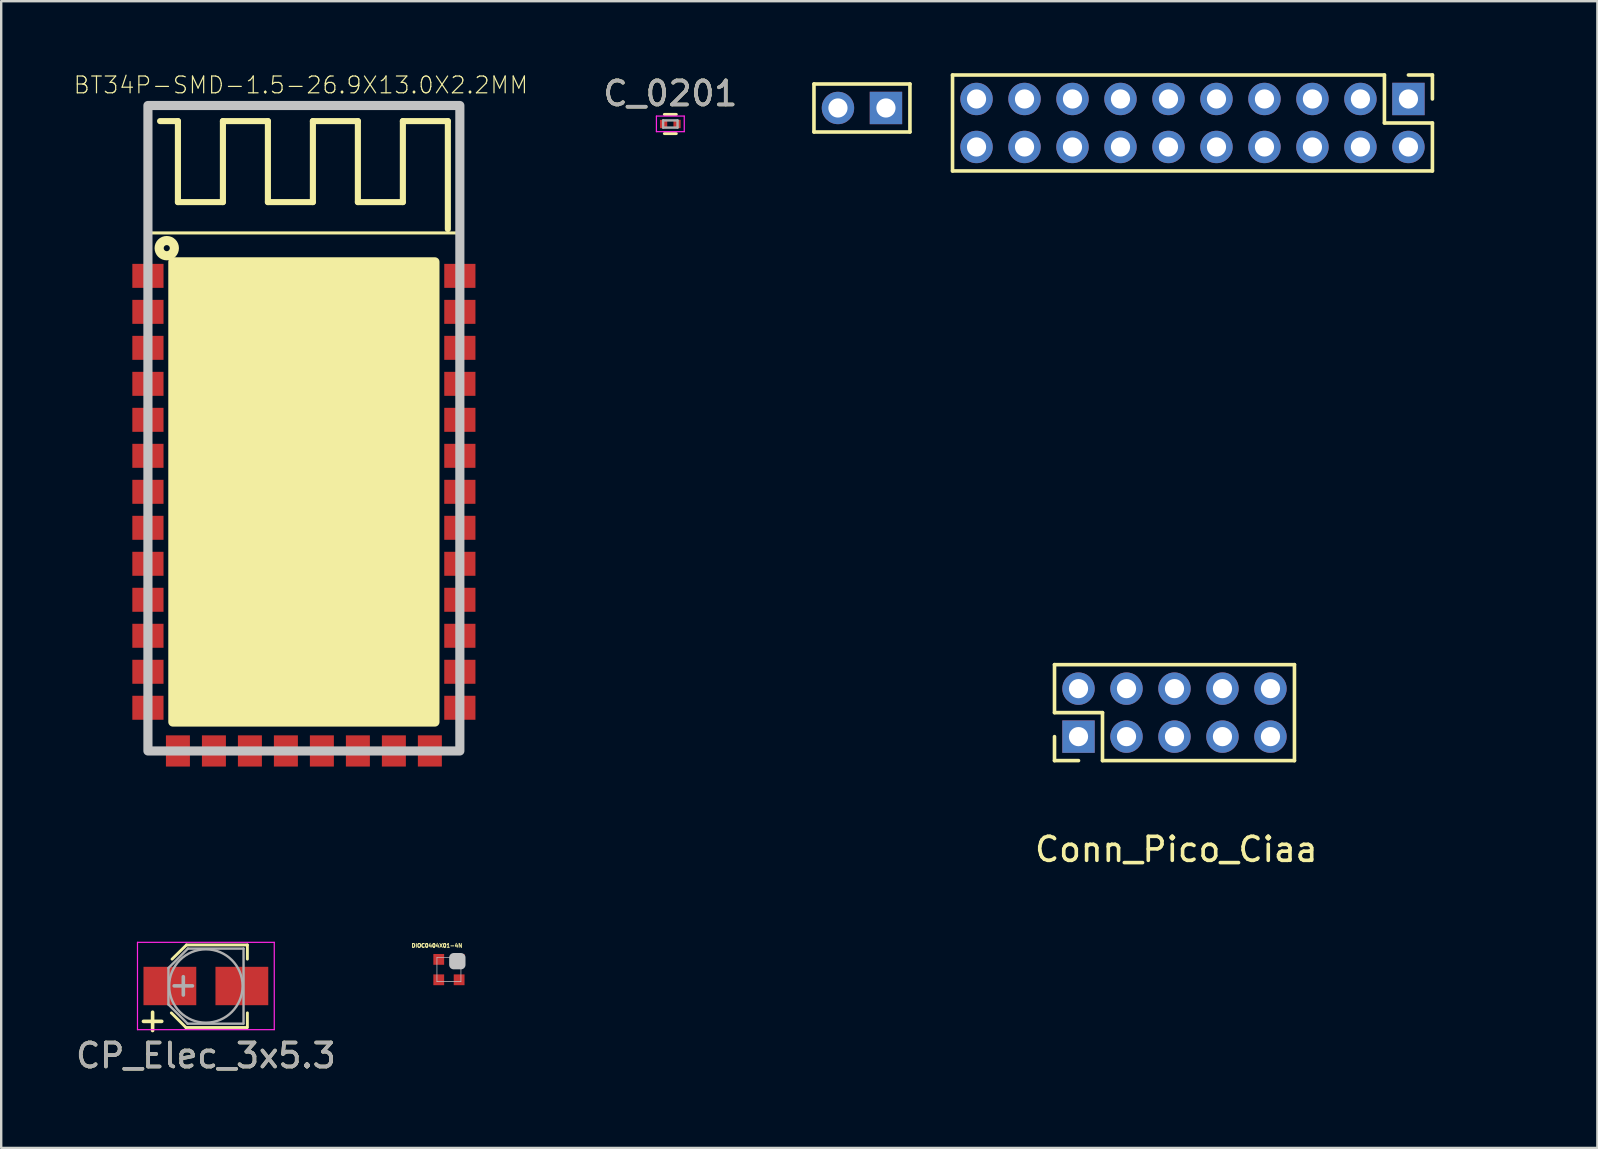
<source format=kicad_pcb>
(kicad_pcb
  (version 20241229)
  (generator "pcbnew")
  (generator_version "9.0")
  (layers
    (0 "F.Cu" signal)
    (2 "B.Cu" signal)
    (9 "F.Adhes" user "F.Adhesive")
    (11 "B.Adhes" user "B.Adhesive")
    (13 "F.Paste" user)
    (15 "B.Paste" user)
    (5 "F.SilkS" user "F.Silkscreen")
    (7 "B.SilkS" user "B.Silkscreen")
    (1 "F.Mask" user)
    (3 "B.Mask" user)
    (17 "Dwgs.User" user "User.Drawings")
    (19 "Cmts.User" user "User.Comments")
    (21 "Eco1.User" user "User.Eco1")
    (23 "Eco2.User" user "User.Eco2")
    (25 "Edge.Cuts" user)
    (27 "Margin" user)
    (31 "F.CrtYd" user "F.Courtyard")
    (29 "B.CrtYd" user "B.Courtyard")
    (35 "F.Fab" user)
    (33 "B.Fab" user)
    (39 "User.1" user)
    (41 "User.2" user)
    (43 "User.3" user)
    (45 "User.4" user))
  (footprint "DIOC0404X01-4N"
    (layer "F.Cu")
    (at 15.66 37.359)
    (property "Reference" "DIOC0404X01-4N" (at -0.5 -1 0) (layer "F.SilkS") (effects (font (size 0.157 0.157) (thickness 0.05))))
    (attr smd)
    (fp_line (start -0.5 -0.5) (end -0.5 0.5) (stroke (width 0.03) (type solid)) (layer "Dwgs.User"))
    (fp_line (start -0.5 0.5) (end 0.5 0.5) (stroke (width 0.03) (type solid)) (layer "Dwgs.User"))
    (fp_line (start 0.5 -0.5) (end -0.5 -0.5) (stroke (width 0.03) (type solid)) (layer "Dwgs.User"))
    (fp_line (start 0.5 0.5) (end 0.5 -0.5) (stroke (width 0.03) (type solid)) (layer "Dwgs.User"))
    (fp_poly (pts (xy 0.2 -0.5) (xy 0.5 -0.5) (xy 0.5 -0.2) (xy 0.2 -0.2)) (stroke (width 0.381) (type solid)) (fill no) (layer "Dwgs.User"))
    (pad "1" smd rect (at 0.425 -0.425) (size 0.45 0.45) (layers "F.Cu" "F.Mask" "F.Paste"))
    (pad "2" smd rect (at 0.425 0.425) (size 0.45 0.45) (layers "F.Cu" "F.Mask" "F.Paste"))
    (pad "3" smd rect (at -0.425 0.425) (size 0.45 0.45) (layers "F.Cu" "F.Mask" "F.Paste"))
    (pad "4" smd rect (at -0.425 -0.425) (size 0.45 0.45) (layers "F.Cu" "F.Mask" "F.Paste")))
  (footprint "CP_Elec_3x5.3"
    (layer "F.Cu")
    (at 5.53 38.043)
    (property "Reference" "CP_Elec_3x5.3" (at 0 2.9 0) (layer "F.SilkS") (effects (font (size 1 1) (thickness 0.15))))
    (attr smd)
    (fp_line (start -0.83 1.73) (end -1.44 1.12) (stroke (width 0.12) (type solid)) (layer "F.SilkS"))
    (fp_line (start -0.83 1.73) (end 1.71 1.73) (stroke (width 0.12) (type solid)) (layer "F.SilkS"))
    (fp_line (start -0.81 -1.71) (end -1.41 -1.12) (stroke (width 0.12) (type solid)) (layer "F.SilkS"))
    (fp_line (start 1.73 -1.71) (end -0.81 -1.71) (stroke (width 0.12) (type solid)) (layer "F.SilkS"))
    (fp_line (start 1.73 -1.71) (end 1.73 -1.12) (stroke (width 0.12) (type solid)) (layer "F.SilkS"))
    (fp_line (start 1.73 1.73) (end 1.73 1.12) (stroke (width 0.12) (type solid)) (layer "F.SilkS"))
    (fp_line (start -2.85 -1.82) (end -2.85 1.82) (stroke (width 0.05) (type solid)) (layer "F.CrtYd"))
    (fp_line (start -2.85 -1.82) (end 2.85 -1.82) (stroke (width 0.05) (type solid)) (layer "F.CrtYd"))
    (fp_line (start 2.85 1.82) (end -2.85 1.82) (stroke (width 0.05) (type solid)) (layer "F.CrtYd"))
    (fp_line (start 2.85 1.82) (end 2.85 -1.82) (stroke (width 0.05) (type solid)) (layer "F.CrtYd"))
    (fp_line (start -1.56 -0.75) (end -1.56 0.77) (stroke (width 0.1) (type solid)) (layer "F.Fab"))
    (fp_line (start -0.76 1.57) (end -1.56 0.77) (stroke (width 0.1) (type solid)) (layer "F.Fab"))
    (fp_line (start -0.75 -1.56) (end -1.56 -0.75) (stroke (width 0.1) (type solid)) (layer "F.Fab"))
    (fp_line (start 1.56 1.57) (end -0.76 1.57) (stroke (width 0.1) (type solid)) (layer "F.Fab"))
    (fp_line (start 1.57 -1.56) (end -0.75 -1.56) (stroke (width 0.1) (type solid)) (layer "F.Fab"))
    (fp_line (start 1.57 1.57) (end 1.57 -1.56) (stroke (width 0.1) (type solid)) (layer "F.Fab"))
    (fp_circle (center 0 0) (end 0.3 1.5) (stroke (width 0.1) (type solid)) (fill no) (layer "F.Fab"))
    (fp_text user "+" (at -2.22 1.4 0) (layer "F.SilkS") (effects (font (size 1 1) (thickness 0.15))))
    (fp_text user "+" (at -0.94 -0.08 0) (layer "F.Fab") (effects (font (size 1 1) (thickness 0.15))))
    (fp_text user "${REFERENCE}" (at 0 2.9 0) (layer "F.Fab") (effects (font (size 1 1) (thickness 0.15))))
    (pad "1" smd rect (at -1.5 0) (size 2.2 1.6) (layers "F.Cu" "F.Mask" "F.Paste"))
    (pad "2" smd rect (at 1.5 0) (size 2.2 1.6) (layers "F.Cu" "F.Mask" "F.Paste")))
  (footprint "C_0201"
    (layer "F.Cu")
    (at 24.887 2.118)
    (property "Reference" "C_0201" (at 0 -1.27 0) (layer "F.SilkS") (effects (font (size 1 1) (thickness 0.15))))
    (attr smd)
    (fp_line (start -0.25 -0.4) (end 0.25 -0.4) (stroke (width 0.12) (type solid)) (layer "F.SilkS"))
    (fp_line (start 0.25 0.4) (end -0.25 0.4) (stroke (width 0.12) (type solid)) (layer "F.SilkS"))
    (fp_line (start -0.58 -0.33) (end -0.58 0.32) (stroke (width 0.05) (type solid)) (layer "F.CrtYd"))
    (fp_line (start -0.58 -0.33) (end 0.58 -0.33) (stroke (width 0.05) (type solid)) (layer "F.CrtYd"))
    (fp_line (start 0.58 0.32) (end -0.58 0.32) (stroke (width 0.05) (type solid)) (layer "F.CrtYd"))
    (fp_line (start 0.58 0.32) (end 0.58 -0.33) (stroke (width 0.05) (type solid)) (layer "F.CrtYd"))
    (fp_line (start -0.3 -0.15) (end 0.3 -0.15) (stroke (width 0.1) (type solid)) (layer "F.Fab"))
    (fp_line (start -0.3 0.15) (end -0.3 -0.15) (stroke (width 0.1) (type solid)) (layer "F.Fab"))
    (fp_line (start 0.3 -0.15) (end 0.3 0.15) (stroke (width 0.1) (type solid)) (layer "F.Fab"))
    (fp_line (start 0.3 0.15) (end -0.3 0.15) (stroke (width 0.1) (type solid)) (layer "F.Fab"))
    (fp_text user "${REFERENCE}" (at 0 -1.27 0) (layer "F.Fab") (effects (font (size 1 1) (thickness 0.15))))
    (pad "1" smd rect (at -0.28 0) (size 0.3 0.35) (layers "F.Cu" "F.Mask" "F.Paste"))
    (pad "2" smd rect (at 0.28 0) (size 0.3 0.35) (layers "F.Cu" "F.Mask" "F.Paste")))
  (footprint "BT34P-SMD-1.5-26.9X13.0X2.2MM"
    (layer "F.Cu")
    (at 9.615 28.247)
    (property "Reference" "BT34P-SMD-1.5-26.9X13.0X2.2MM" (at -0.127 -27.75 0) (layer "F.SilkS") (effects (font (size 0.7 0.7) (thickness 0.05))))
    (attr smd)
    (fp_line (start -6.5 -26.9) (end 6.5 -26.9) (stroke (width 0.127) (type solid)) (layer "F.SilkS"))
    (fp_line (start -6.5 -21.59) (end -6.5 -26.9) (stroke (width 0.127) (type solid)) (layer "F.SilkS"))
    (fp_line (start -6.5 -20.4) (end -6.5 -21.59) (stroke (width 0.127) (type solid)) (layer "F.SilkS"))
    (fp_line (start -6.5 -18.9) (end -6.5 -19.2) (stroke (width 0.127) (type solid)) (layer "F.SilkS"))
    (fp_line (start -6.5 -17.4) (end -6.5 -17.7) (stroke (width 0.127) (type solid)) (layer "F.SilkS"))
    (fp_line (start -6.5 -15.9) (end -6.5 -16.2) (stroke (width 0.127) (type solid)) (layer "F.SilkS"))
    (fp_line (start -6.5 -14.4) (end -6.5 -14.7) (stroke (width 0.127) (type solid)) (layer "F.SilkS"))
    (fp_line (start -6.5 -12.9) (end -6.5 -13.2) (stroke (width 0.127) (type solid)) (layer "F.SilkS"))
    (fp_line (start -6.5 -11.4) (end -6.5 -11.7) (stroke (width 0.127) (type solid)) (layer "F.SilkS"))
    (fp_line (start -6.5 -9.9) (end -6.5 -10.2) (stroke (width 0.127) (type solid)) (layer "F.SilkS"))
    (fp_line (start -6.5 -8.4) (end -6.5 -8.7) (stroke (width 0.127) (type solid)) (layer "F.SilkS"))
    (fp_line (start -6.5 -6.9) (end -6.5 -7.2) (stroke (width 0.127) (type solid)) (layer "F.SilkS"))
    (fp_line (start -6.5 -5.4) (end -6.5 -5.7) (stroke (width 0.127) (type solid)) (layer "F.SilkS"))
    (fp_line (start -6.5 -3.9) (end -6.5 -4.2) (stroke (width 0.127) (type solid)) (layer "F.SilkS"))
    (fp_line (start -6.5 -2.4) (end -6.5 -2.7) (stroke (width 0.127) (type solid)) (layer "F.SilkS"))
    (fp_line (start -6.5 -1.2) (end -6.5 0) (stroke (width 0.127) (type solid)) (layer "F.SilkS"))
    (fp_line (start -6.5 0) (end -5.8 0) (stroke (width 0.127) (type solid)) (layer "F.SilkS"))
    (fp_line (start -5.25 -26.25) (end -5.994 -26.25) (stroke (width 0.254) (type solid)) (layer "F.SilkS"))
    (fp_line (start -5.25 -22.875) (end -5.25 -26.25) (stroke (width 0.254) (type solid)) (layer "F.SilkS"))
    (fp_line (start -4.7 0) (end -4.3 0) (stroke (width 0.127) (type solid)) (layer "F.SilkS"))
    (fp_line (start -3.375 -26.25) (end -3.375 -22.875) (stroke (width 0.254) (type solid)) (layer "F.SilkS"))
    (fp_line (start -3.375 -22.875) (end -5.25 -22.875) (stroke (width 0.254) (type solid)) (layer "F.SilkS"))
    (fp_line (start -3.2 0) (end -2.8 0) (stroke (width 0.127) (type solid)) (layer "F.SilkS"))
    (fp_line (start -1.7 0) (end -1.3 0) (stroke (width 0.127) (type solid)) (layer "F.SilkS"))
    (fp_line (start -1.5 -26.25) (end -3.375 -26.25) (stroke (width 0.254) (type solid)) (layer "F.SilkS"))
    (fp_line (start -1.5 -22.875) (end -1.5 -26.25) (stroke (width 0.254) (type solid)) (layer "F.SilkS"))
    (fp_line (start -0.2 0) (end 0.2 0) (stroke (width 0.127) (type solid)) (layer "F.SilkS"))
    (fp_line (start 0.375 -26.25) (end 0.375 -22.875) (stroke (width 0.254) (type solid)) (layer "F.SilkS"))
    (fp_line (start 0.375 -22.875) (end -1.5 -22.875) (stroke (width 0.254) (type solid)) (layer "F.SilkS"))
    (fp_line (start 1.3 0) (end 1.7 0) (stroke (width 0.127) (type solid)) (layer "F.SilkS"))
    (fp_line (start 2.25 -26.25) (end 0.375 -26.25) (stroke (width 0.254) (type solid)) (layer "F.SilkS"))
    (fp_line (start 2.25 -22.875) (end 2.25 -26.25) (stroke (width 0.254) (type solid)) (layer "F.SilkS"))
    (fp_line (start 2.8 0) (end 3.2 0) (stroke (width 0.127) (type solid)) (layer "F.SilkS"))
    (fp_line (start 4.125 -26.25) (end 4.125 -22.875) (stroke (width 0.254) (type solid)) (layer "F.SilkS"))
    (fp_line (start 4.125 -22.875) (end 2.25 -22.875) (stroke (width 0.254) (type solid)) (layer "F.SilkS"))
    (fp_line (start 4.3 0) (end 4.7 0) (stroke (width 0.127) (type solid)) (layer "F.SilkS"))
    (fp_line (start 5.8 0) (end 6.5 0) (stroke (width 0.127) (type solid)) (layer "F.SilkS"))
    (fp_line (start 6 -26.25) (end 4.125 -26.25) (stroke (width 0.254) (type solid)) (layer "F.SilkS"))
    (fp_line (start 6 -21.75) (end 6 -26.25) (stroke (width 0.254) (type solid)) (layer "F.SilkS"))
    (fp_line (start 6.5 -26.9) (end 6.5 -21.59) (stroke (width 0.127) (type solid)) (layer "F.SilkS"))
    (fp_line (start 6.5 -21.59) (end -6.5 -21.59) (stroke (width 0.127) (type solid)) (layer "F.SilkS"))
    (fp_line (start 6.5 -20.4) (end 6.5 -21.59) (stroke (width 0.127) (type solid)) (layer "F.SilkS"))
    (fp_line (start 6.5 -18.9) (end 6.5 -19.2) (stroke (width 0.127) (type solid)) (layer "F.SilkS"))
    (fp_line (start 6.5 -17.4) (end 6.5 -17.7) (stroke (width 0.127) (type solid)) (layer "F.SilkS"))
    (fp_line (start 6.5 -15.9) (end 6.5 -16.2) (stroke (width 0.127) (type solid)) (layer "F.SilkS"))
    (fp_line (start 6.5 -14.4) (end 6.5 -14.7) (stroke (width 0.127) (type solid)) (layer "F.SilkS"))
    (fp_line (start 6.5 -12.9) (end 6.5 -13.2) (stroke (width 0.127) (type solid)) (layer "F.SilkS"))
    (fp_line (start 6.5 -11.4) (end 6.5 -11.7) (stroke (width 0.127) (type solid)) (layer "F.SilkS"))
    (fp_line (start 6.5 -9.9) (end 6.5 -10.2) (stroke (width 0.127) (type solid)) (layer "F.SilkS"))
    (fp_line (start 6.5 -8.4) (end 6.5 -8.7) (stroke (width 0.127) (type solid)) (layer "F.SilkS"))
    (fp_line (start 6.5 -6.9) (end 6.5 -7.2) (stroke (width 0.127) (type solid)) (layer "F.SilkS"))
    (fp_line (start 6.5 -5.4) (end 6.5 -5.7) (stroke (width 0.127) (type solid)) (layer "F.SilkS"))
    (fp_line (start 6.5 -3.9) (end 6.5 -4.2) (stroke (width 0.127) (type solid)) (layer "F.SilkS"))
    (fp_line (start 6.5 -2.4) (end 6.5 -2.7) (stroke (width 0.127) (type solid)) (layer "F.SilkS"))
    (fp_line (start 6.5 0) (end 6.5 -1.2) (stroke (width 0.127) (type solid)) (layer "F.SilkS"))
    (fp_circle (center -5.715 -20.955) (end -5.588 -20.955) (stroke (width 0.381) (type solid)) (fill no) (layer "F.SilkS"))
    (fp_poly (pts (xy -5.461 -20.384) (xy 5.461 -20.384) (xy 5.461 -1.206) (xy -5.461 -1.206)) (stroke (width 0.381) (type solid)) (fill yes) (layer "F.SilkS"))
    (fp_line (start -6.5 0) (end -6.5 -21.59) (stroke (width 0.127) (type solid)) (layer "Dwgs.User"))
    (fp_line (start 6.5 -21.59) (end 6.5 0) (stroke (width 0.127) (type solid)) (layer "Dwgs.User"))
    (fp_line (start 6.5 0) (end -6.5 0) (stroke (width 0.127) (type solid)) (layer "Dwgs.User"))
    (fp_poly (pts (xy -6.5 -26.9) (xy 6.5 -26.9) (xy 6.5 0) (xy -6.5 0)) (stroke (width 0.381) (type solid)) (fill no) (layer "Dwgs.User"))
    (pad "1" smd rect (at -6.5 -19.8) (size 1.3 1) (layers "F.Cu" "F.Mask" "F.Paste"))
    (pad "2" smd rect (at -6.5 -18.3) (size 1.3 1) (layers "F.Cu" "F.Mask" "F.Paste"))
    (pad "3" smd rect (at -6.5 -16.8) (size 1.3 1) (layers "F.Cu" "F.Mask" "F.Paste"))
    (pad "4" smd rect (at -6.5 -15.3) (size 1.3 1) (layers "F.Cu" "F.Mask" "F.Paste"))
    (pad "5" smd rect (at -6.5 -13.8) (size 1.3 1) (layers "F.Cu" "F.Mask" "F.Paste"))
    (pad "6" smd rect (at -6.5 -12.3) (size 1.3 1) (layers "F.Cu" "F.Mask" "F.Paste"))
    (pad "7" smd rect (at -6.5 -10.8) (size 1.3 1) (layers "F.Cu" "F.Mask" "F.Paste"))
    (pad "8" smd rect (at -6.5 -9.3) (size 1.3 1) (layers "F.Cu" "F.Mask" "F.Paste"))
    (pad "9" smd rect (at -6.5 -7.8) (size 1.3 1) (layers "F.Cu" "F.Mask" "F.Paste"))
    (pad "10" smd rect (at -6.5 -6.3) (size 1.3 1) (layers "F.Cu" "F.Mask" "F.Paste"))
    (pad "11" smd rect (at -6.5 -4.8) (size 1.3 1) (layers "F.Cu" "F.Mask" "F.Paste"))
    (pad "12" smd rect (at -6.5 -3.3) (size 1.3 1) (layers "F.Cu" "F.Mask" "F.Paste"))
    (pad "13" smd rect (at -6.5 -1.8) (size 1.3 1) (layers "F.Cu" "F.Mask" "F.Paste"))
    (pad "14" smd rect (at -5.25 0 90) (size 1.3 1) (layers "F.Cu" "F.Mask" "F.Paste"))
    (pad "15" smd rect (at -3.75 0 90) (size 1.3 1) (layers "F.Cu" "F.Mask" "F.Paste"))
    (pad "16" smd rect (at -2.25 0 90) (size 1.3 1) (layers "F.Cu" "F.Mask" "F.Paste"))
    (pad "17" smd rect (at -0.75 0 90) (size 1.3 1) (layers "F.Cu" "F.Mask" "F.Paste"))
    (pad "18" smd rect (at 0.75 0 90) (size 1.3 1) (layers "F.Cu" "F.Mask" "F.Paste"))
    (pad "19" smd rect (at 2.25 0 90) (size 1.3 1) (layers "F.Cu" "F.Mask" "F.Paste"))
    (pad "20" smd rect (at 3.75 0 90) (size 1.3 1) (layers "F.Cu" "F.Mask" "F.Paste"))
    (pad "21" smd rect (at 5.25 0 90) (size 1.3 1) (layers "F.Cu" "F.Mask" "F.Paste"))
    (pad "22" smd rect (at 6.5 -1.8 180) (size 1.3 1) (layers "F.Cu" "F.Mask" "F.Paste"))
    (pad "23" smd rect (at 6.5 -3.3 180) (size 1.3 1) (layers "F.Cu" "F.Mask" "F.Paste"))
    (pad "24" smd rect (at 6.5 -4.8 180) (size 1.3 1) (layers "F.Cu" "F.Mask" "F.Paste"))
    (pad "25" smd rect (at 6.5 -6.3 180) (size 1.3 1) (layers "F.Cu" "F.Mask" "F.Paste"))
    (pad "26" smd rect (at 6.5 -7.8 180) (size 1.3 1) (layers "F.Cu" "F.Mask" "F.Paste"))
    (pad "27" smd rect (at 6.5 -9.3 180) (size 1.3 1) (layers "F.Cu" "F.Mask" "F.Paste"))
    (pad "28" smd rect (at 6.5 -10.8 180) (size 1.3 1) (layers "F.Cu" "F.Mask" "F.Paste"))
    (pad "29" smd rect (at 6.5 -12.3 180) (size 1.3 1) (layers "F.Cu" "F.Mask" "F.Paste"))
    (pad "30" smd rect (at 6.5 -13.8 180) (size 1.3 1) (layers "F.Cu" "F.Mask" "F.Paste"))
    (pad "31" smd rect (at 6.5 -15.3 180) (size 1.3 1) (layers "F.Cu" "F.Mask" "F.Paste"))
    (pad "32" smd rect (at 6.5 -16.8 180) (size 1.3 1) (layers "F.Cu" "F.Mask" "F.Paste"))
    (pad "33" smd rect (at 6.5 -18.3 180) (size 1.3 1) (layers "F.Cu" "F.Mask" "F.Paste"))
    (pad "34" smd rect (at 6.5 -19.8 180) (size 1.3 1) (layers "F.Cu" "F.Mask" "F.Paste")))
  (footprint "Conn_Pico_Ciaa"
    (layer "F.Cu")
    (at 60.273 9.725)
    (property "Reference" "Conn_Pico_Ciaa" (at -14.3 22.625 0) (layer "F.SilkS") (effects (font (size 1 1) (thickness 0.15))))
    (attr through_hole)
    (fp_line (start -29.4 -9.275) (end -29.4 -7.275) (stroke (width 0.15) (type solid)) (layer "F.SilkS"))
    (fp_line (start -29.4 -7.275) (end -25.4 -7.275) (stroke (width 0.15) (type solid)) (layer "F.SilkS"))
    (fp_line (start -25.4 -9.275) (end -29.4 -9.275) (stroke (width 0.15) (type solid)) (layer "F.SilkS"))
    (fp_line (start -25.4 -7.275) (end -25.4 -9.275) (stroke (width 0.15) (type solid)) (layer "F.SilkS"))
    (fp_line (start -23.625 -9.65) (end -5.625 -9.65) (stroke (width 0.15) (type solid)) (layer "F.SilkS"))
    (fp_line (start -23.625 -5.65) (end -23.625 -9.65) (stroke (width 0.15) (type solid)) (layer "F.SilkS"))
    (fp_line (start -19.375 14.925) (end -19.375 16.925) (stroke (width 0.15) (type solid)) (layer "F.SilkS"))
    (fp_line (start -19.375 16.925) (end -17.375 16.925) (stroke (width 0.15) (type solid)) (layer "F.SilkS"))
    (fp_line (start -19.375 17.925) (end -19.375 18.925) (stroke (width 0.15) (type solid)) (layer "F.SilkS"))
    (fp_line (start -19.375 18.925) (end -18.375 18.925) (stroke (width 0.15) (type solid)) (layer "F.SilkS"))
    (fp_line (start -17.375 16.925) (end -17.375 18.925) (stroke (width 0.15) (type solid)) (layer "F.SilkS"))
    (fp_line (start -17.375 18.925) (end -9.375 18.925) (stroke (width 0.15) (type solid)) (layer "F.SilkS"))
    (fp_line (start -9.375 14.925) (end -19.375 14.925) (stroke (width 0.15) (type solid)) (layer "F.SilkS"))
    (fp_line (start -9.375 18.925) (end -9.375 14.925) (stroke (width 0.15) (type solid)) (layer "F.SilkS"))
    (fp_line (start -5.625 -9.65) (end -5.625 -7.65) (stroke (width 0.15) (type solid)) (layer "F.SilkS"))
    (fp_line (start -5.625 -7.65) (end -3.625 -7.65) (stroke (width 0.15) (type solid)) (layer "F.SilkS"))
    (fp_line (start -4.625 -9.65) (end -3.625 -9.65) (stroke (width 0.15) (type solid)) (layer "F.SilkS"))
    (fp_line (start -3.625 -9.65) (end -3.625 -8.65) (stroke (width 0.15) (type solid)) (layer "F.SilkS"))
    (fp_line (start -3.625 -7.65) (end -3.625 -5.65) (stroke (width 0.15) (type solid)) (layer "F.SilkS"))
    (fp_line (start -3.625 -5.65) (end -23.625 -5.65) (stroke (width 0.15) (type solid)) (layer "F.SilkS"))
    (pad "15" thru_hole rect (at -26.4 -8.275) (size 1.35 1.35) (drill 0.8) (layers "*.Cu" "*.Mask"))
    (pad "16" thru_hole circle (at -28.4 -8.275) (size 1.35 1.35) (drill 0.8) (layers "*.Cu" "*.Mask"))
    (pad "17" thru_hole rect (at -4.625 -8.65) (size 1.35 1.35) (drill 0.8) (layers "*.Cu" "*.Mask"))
    (pad "18" thru_hole circle (at -4.625 -6.65) (size 1.35 1.35) (drill 0.8) (layers "*.Cu" "*.Mask"))
    (pad "19" thru_hole circle (at -6.625 -8.65) (size 1.35 1.35) (drill 0.8) (layers "*.Cu" "*.Mask"))
    (pad "20" thru_hole circle (at -6.625 -6.65) (size 1.35 1.35) (drill 0.8) (layers "*.Cu" "*.Mask"))
    (pad "21" thru_hole circle (at -8.625 -8.65) (size 1.35 1.35) (drill 0.8) (layers "*.Cu" "*.Mask"))
    (pad "22" thru_hole circle (at -8.625 -6.65) (size 1.35 1.35) (drill 0.8) (layers "*.Cu" "*.Mask"))
    (pad "23" thru_hole circle (at -10.625 -8.65) (size 1.35 1.35) (drill 0.8) (layers "*.Cu" "*.Mask"))
    (pad "24" thru_hole circle (at -10.625 -6.65) (size 1.35 1.35) (drill 0.8) (layers "*.Cu" "*.Mask"))
    (pad "25" thru_hole circle (at -12.625 -8.65) (size 1.35 1.35) (drill 0.8) (layers "*.Cu" "*.Mask"))
    (pad "26" thru_hole circle (at -12.625 -6.65) (size 1.35 1.35) (drill 0.8) (layers "*.Cu" "*.Mask"))
    (pad "27" thru_hole circle (at -14.625 -8.65) (size 1.35 1.35) (drill 0.8) (layers "*.Cu" "*.Mask"))
    (pad "28" thru_hole circle (at -14.625 -6.65) (size 1.35 1.35) (drill 0.8) (layers "*.Cu" "*.Mask"))
    (pad "29" thru_hole circle (at -16.625 -8.65) (size 1.35 1.35) (drill 0.8) (layers "*.Cu" "*.Mask"))
    (pad "30" thru_hole circle (at -16.625 -6.65) (size 1.35 1.35) (drill 0.8) (layers "*.Cu" "*.Mask"))
    (pad "31" thru_hole circle (at -18.625 -8.65) (size 1.35 1.35) (drill 0.8) (layers "*.Cu" "*.Mask"))
    (pad "32" thru_hole circle (at -18.625 -6.65) (size 1.35 1.35) (drill 0.8) (layers "*.Cu" "*.Mask"))
    (pad "33" thru_hole circle (at -20.625 -8.65) (size 1.35 1.35) (drill 0.8) (layers "*.Cu" "*.Mask"))
    (pad "34" thru_hole circle (at -20.625 -6.65) (size 1.35 1.35) (drill 0.8) (layers "*.Cu" "*.Mask"))
    (pad "35" thru_hole circle (at -22.625 -8.65) (size 1.35 1.35) (drill 0.8) (layers "*.Cu" "*.Mask"))
    (pad "36" thru_hole circle (at -22.625 -6.65) (size 1.35 1.35) (drill 0.8) (layers "*.Cu" "*.Mask"))
    (pad "37" thru_hole rect (at -18.375 17.925) (size 1.35 1.35) (drill 0.8) (layers "*.Cu" "*.Mask"))
    (pad "38" thru_hole circle (at -18.375 15.925) (size 1.35 1.35) (drill 0.8) (layers "*.Cu" "*.Mask"))
    (pad "39" thru_hole circle (at -16.375 17.925) (size 1.35 1.35) (drill 0.8) (layers "*.Cu" "*.Mask"))
    (pad "40" thru_hole circle (at -16.375 15.925) (size 1.35 1.35) (drill 0.8) (layers "*.Cu" "*.Mask"))
    (pad "41" thru_hole circle (at -14.375 17.925) (size 1.35 1.35) (drill 0.8) (layers "*.Cu" "*.Mask"))
    (pad "42" thru_hole circle (at -14.375 15.925) (size 1.35 1.35) (drill 0.8) (layers "*.Cu" "*.Mask"))
    (pad "43" thru_hole circle (at -12.375 17.925) (size 1.35 1.35) (drill 0.8) (layers "*.Cu" "*.Mask"))
    (pad "44" thru_hole circle (at -12.375 15.925) (size 1.35 1.35) (drill 0.8) (layers "*.Cu" "*.Mask"))
    (pad "45" thru_hole circle (at -10.375 17.925) (size 1.35 1.35) (drill 0.8) (layers "*.Cu" "*.Mask"))
    (pad "46" thru_hole circle (at -10.375 15.925) (size 1.35 1.35) (drill 0.8) (layers "*.Cu" "*.Mask")))
  (gr_rect
    (start -3 -3)
    (end 63.523 44.791)
    (stroke (width 0.1) (type default))
    (fill no)
    (layer "Edge.Cuts")))
</source>
